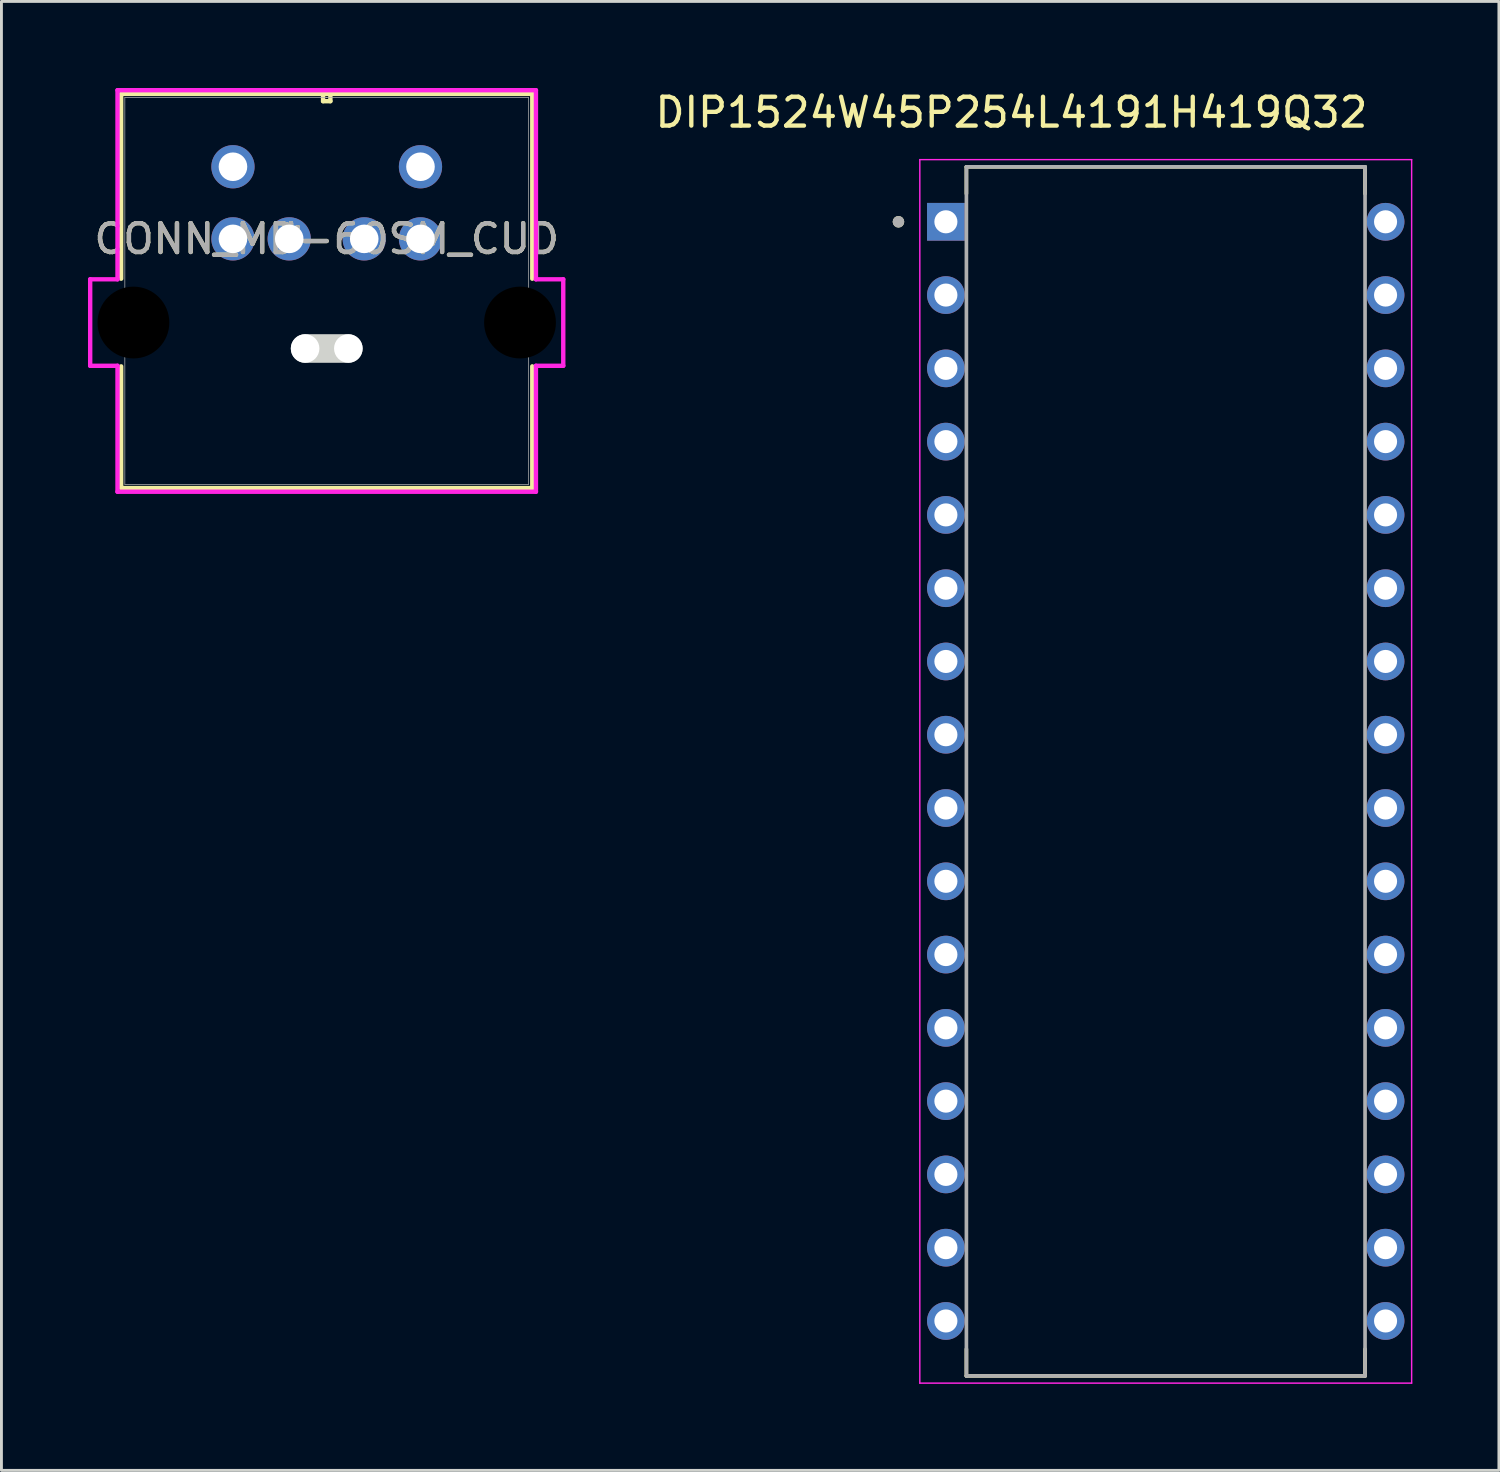
<source format=kicad_pcb>
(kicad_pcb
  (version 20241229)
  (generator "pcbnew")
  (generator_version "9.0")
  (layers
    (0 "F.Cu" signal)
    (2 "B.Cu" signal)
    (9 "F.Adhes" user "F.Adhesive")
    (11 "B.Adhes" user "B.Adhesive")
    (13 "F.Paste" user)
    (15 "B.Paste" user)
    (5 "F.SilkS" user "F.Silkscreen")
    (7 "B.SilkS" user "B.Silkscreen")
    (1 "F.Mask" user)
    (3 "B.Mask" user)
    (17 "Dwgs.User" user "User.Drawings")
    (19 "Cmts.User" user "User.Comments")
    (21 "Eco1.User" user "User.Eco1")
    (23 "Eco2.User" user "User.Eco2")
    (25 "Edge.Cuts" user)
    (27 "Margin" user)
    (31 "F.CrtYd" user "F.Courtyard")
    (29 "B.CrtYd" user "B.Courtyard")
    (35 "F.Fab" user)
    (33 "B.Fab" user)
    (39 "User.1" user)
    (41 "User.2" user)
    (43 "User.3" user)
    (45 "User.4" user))
  (footprint "CONN_MD-60SM_CUD"
    (layer "F.Cu")
    (at 9.575 5.23)
    (property "Reference" "CONN_MD-60SM_CUD" (at -1.3 0 0) (unlocked yes) (layer "F.SilkS") (effects (font (size 1 1) (thickness 0.15))))
    (attr through_hole)
    (fp_line (start -8.425 -5.027) (end -8.425 1.381) (stroke (width 0.152) (type solid)) (layer "F.SilkS"))
    (fp_line (start -8.425 4.419) (end -8.425 8.638) (stroke (width 0.152) (type solid)) (layer "F.SilkS"))
    (fp_line (start -8.425 8.638) (end 5.825 8.638) (stroke (width 0.152) (type solid)) (layer "F.SilkS"))
    (fp_line (start -1.427 -5.027) (end -1.427 -4.773) (stroke (width 0.152) (type solid)) (layer "F.SilkS"))
    (fp_line (start -1.427 -4.773) (end -1.173 -4.773) (stroke (width 0.152) (type solid)) (layer "F.SilkS"))
    (fp_line (start -1.173 -5.027) (end -1.427 -5.027) (stroke (width 0.152) (type solid)) (layer "F.SilkS"))
    (fp_line (start -1.173 -4.773) (end -1.173 -5.027) (stroke (width 0.152) (type solid)) (layer "F.SilkS"))
    (fp_line (start 5.825 -5.027) (end -8.425 -5.027) (stroke (width 0.152) (type solid)) (layer "F.SilkS"))
    (fp_line (start 5.825 1.381) (end 5.825 -5.027) (stroke (width 0.152) (type solid)) (layer "F.SilkS"))
    (fp_line (start 5.825 8.638) (end 5.825 4.419) (stroke (width 0.152) (type solid)) (layer "F.SilkS"))
    (fp_line (start -2.049 3.8) (end -0.551 3.8) (stroke (width 0.991) (type solid)) (layer "Edge.Cuts"))
    (fp_line (start -9.499 1.401) (end -9.499 4.399) (stroke (width 0.152) (type solid)) (layer "F.CrtYd"))
    (fp_line (start -9.499 4.399) (end -8.552 4.399) (stroke (width 0.152) (type solid)) (layer "F.CrtYd"))
    (fp_line (start -8.552 -5.154) (end -8.552 1.401) (stroke (width 0.152) (type solid)) (layer "F.CrtYd"))
    (fp_line (start -8.552 1.401) (end -9.499 1.401) (stroke (width 0.152) (type solid)) (layer "F.CrtYd"))
    (fp_line (start -8.552 4.399) (end -8.552 8.765) (stroke (width 0.152) (type solid)) (layer "F.CrtYd"))
    (fp_line (start -8.552 8.765) (end 5.952 8.765) (stroke (width 0.152) (type solid)) (layer "F.CrtYd"))
    (fp_line (start 5.952 -5.154) (end -8.552 -5.154) (stroke (width 0.152) (type solid)) (layer "F.CrtYd"))
    (fp_line (start 5.952 1.401) (end 5.952 -5.154) (stroke (width 0.152) (type solid)) (layer "F.CrtYd"))
    (fp_line (start 5.952 4.399) (end 6.899 4.399) (stroke (width 0.152) (type solid)) (layer "F.CrtYd"))
    (fp_line (start 5.952 8.765) (end 5.952 4.399) (stroke (width 0.152) (type solid)) (layer "F.CrtYd"))
    (fp_line (start 6.899 1.401) (end 5.952 1.401) (stroke (width 0.152) (type solid)) (layer "F.CrtYd"))
    (fp_line (start 6.899 4.399) (end 6.899 1.401) (stroke (width 0.152) (type solid)) (layer "F.CrtYd"))
    (fp_line (start -8.298 -4.9) (end -8.298 8.511) (stroke (width 0.025) (type solid)) (layer "F.Fab"))
    (fp_line (start -8.298 8.511) (end 5.698 8.511) (stroke (width 0.025) (type solid)) (layer "F.Fab"))
    (fp_line (start -1.3 -4.9) (end -1.3 -4.9) (stroke (width 0.025) (type solid)) (layer "F.Fab"))
    (fp_line (start -1.3 -4.9) (end -1.3 -4.9) (stroke (width 0.025) (type solid)) (layer "F.Fab"))
    (fp_line (start -1.3 -4.9) (end -1.3 -4.9) (stroke (width 0.025) (type solid)) (layer "F.Fab"))
    (fp_line (start -1.3 -4.9) (end -1.3 -4.9) (stroke (width 0.025) (type solid)) (layer "F.Fab"))
    (fp_line (start 5.698 -4.9) (end -8.298 -4.9) (stroke (width 0.025) (type solid)) (layer "F.Fab"))
    (fp_line (start 5.698 8.511) (end 5.698 -4.9) (stroke (width 0.025) (type solid)) (layer "F.Fab"))
    (fp_text user "*" (at -2.54 0 0) (layer "F.SilkS") (effects (font (size 1 1) (thickness 0.15))))
    (fp_text user "*" (at -2.54 0 0) (unlocked yes) (layer "F.SilkS") (effects (font (size 1 1) (thickness 0.15))))
    (fp_text user "*" (at -2.54 0 0) (layer "F.Fab") (effects (font (size 1 1) (thickness 0.15))))
    (fp_text user "*" (at -2.54 0 0) (unlocked yes) (layer "F.Fab") (effects (font (size 1 1) (thickness 0.15))))
    (fp_text user "${REFERENCE}" (at -1.3 0 0) (unlocked yes) (layer "F.Fab") (effects (font (size 1 1) (thickness 0.15))))
    (pad "" np_thru_hole circle (at -8 2.9) (size 2.489 2.489) (drill 2.489) (layers))
    (pad "" np_thru_hole circle (at -2.049 3.8) (size 0.991 0.991) (drill 0.991) (layers "*.Cu" "*.Mask"))
    (pad "" np_thru_hole circle (at -0.551 3.8) (size 0.991 0.991) (drill 0.991) (layers "*.Cu" "*.Mask"))
    (pad "" np_thru_hole circle (at 5.4 2.9) (size 2.489 2.489) (drill 2.489) (layers))
    (pad "1" thru_hole circle (at 0 0) (size 1.499 1.499) (drill 0.991) (layers "*.Cu" "*.Mask"))
    (pad "2" thru_hole circle (at -2.6 0) (size 1.499 1.499) (drill 0.991) (layers "*.Cu" "*.Mask"))
    (pad "3" thru_hole circle (at -4.55 0) (size 1.499 1.499) (drill 0.991) (layers "*.Cu" "*.Mask"))
    (pad "5" thru_hole circle (at 1.95 0) (size 1.499 1.499) (drill 0.991) (layers "*.Cu" "*.Mask"))
    (pad "6" thru_hole circle (at 1.95 -2.5) (size 1.499 1.499) (drill 0.991) (layers "*.Cu" "*.Mask"))
    (pad "8" thru_hole circle (at -4.55 -2.5) (size 1.499 1.499) (drill 0.991) (layers "*.Cu" "*.Mask")))
  (footprint "DIP1524W45P254L4191H419Q32"
    (layer "F.Cu")
    (at 37.357 23.688)
    (property "Reference" "DIP1524W45P254L4191H419Q32" (at -5.349 -22.84 0) (layer "F.SilkS") (effects (font (size 1 1) (thickness 0.15))))
    (attr through_hole)
    (fp_line (start -6.909 -20.955) (end 6.909 -20.955) (stroke (width 0.127) (type solid)) (layer "F.SilkS"))
    (fp_line (start -6.909 -20.024) (end -6.909 -20.955) (stroke (width 0.127) (type solid)) (layer "F.SilkS"))
    (fp_line (start -6.909 20.955) (end -6.909 20.024) (stroke (width 0.127) (type solid)) (layer "F.SilkS"))
    (fp_line (start 6.909 -20.955) (end 6.909 -20.024) (stroke (width 0.127) (type solid)) (layer "F.SilkS"))
    (fp_line (start 6.909 20.955) (end -6.909 20.955) (stroke (width 0.127) (type solid)) (layer "F.SilkS"))
    (fp_line (start 6.909 20.955) (end 6.909 20.024) (stroke (width 0.127) (type solid)) (layer "F.SilkS"))
    (fp_circle (center -9.264 -19.05) (end -9.164 -19.05) (stroke (width 0.2) (type solid)) (fill no) (layer "F.SilkS"))
    (fp_line (start -8.524 -21.205) (end -8.524 21.205) (stroke (width 0.05) (type solid)) (layer "F.CrtYd"))
    (fp_line (start -8.524 21.205) (end 8.524 21.205) (stroke (width 0.05) (type solid)) (layer "F.CrtYd"))
    (fp_line (start 8.524 -21.205) (end -8.524 -21.205) (stroke (width 0.05) (type solid)) (layer "F.CrtYd"))
    (fp_line (start 8.524 21.205) (end 8.524 -21.205) (stroke (width 0.05) (type solid)) (layer "F.CrtYd"))
    (fp_line (start -6.909 -20.955) (end 6.909 -20.955) (stroke (width 0.127) (type solid)) (layer "F.Fab"))
    (fp_line (start -6.909 20.955) (end -6.909 -20.955) (stroke (width 0.127) (type solid)) (layer "F.Fab"))
    (fp_line (start 6.909 -20.955) (end 6.909 20.955) (stroke (width 0.127) (type solid)) (layer "F.Fab"))
    (fp_line (start 6.909 20.955) (end -6.909 20.955) (stroke (width 0.127) (type solid)) (layer "F.Fab"))
    (fp_circle (center -9.264 -19.05) (end -9.164 -19.05) (stroke (width 0.2) (type solid)) (fill no) (layer "F.Fab"))
    (pad "1" thru_hole rect (at -7.62 -19.05) (size 1.308 1.308) (drill 0.8) (layers "*.Cu" "*.Mask"))
    (pad "2" thru_hole circle (at -7.62 -16.51) (size 1.308 1.308) (drill 0.8) (layers "*.Cu" "*.Mask"))
    (pad "3" thru_hole circle (at -7.62 -13.97) (size 1.308 1.308) (drill 0.8) (layers "*.Cu" "*.Mask"))
    (pad "4" thru_hole circle (at -7.62 -11.43) (size 1.308 1.308) (drill 0.8) (layers "*.Cu" "*.Mask"))
    (pad "5" thru_hole circle (at -7.62 -8.89) (size 1.308 1.308) (drill 0.8) (layers "*.Cu" "*.Mask"))
    (pad "6" thru_hole circle (at -7.62 -6.35) (size 1.308 1.308) (drill 0.8) (layers "*.Cu" "*.Mask"))
    (pad "7" thru_hole circle (at -7.62 -3.81) (size 1.308 1.308) (drill 0.8) (layers "*.Cu" "*.Mask"))
    (pad "8" thru_hole circle (at -7.62 -1.27) (size 1.308 1.308) (drill 0.8) (layers "*.Cu" "*.Mask"))
    (pad "9" thru_hole circle (at -7.62 1.27) (size 1.308 1.308) (drill 0.8) (layers "*.Cu" "*.Mask"))
    (pad "10" thru_hole circle (at -7.62 3.81) (size 1.308 1.308) (drill 0.8) (layers "*.Cu" "*.Mask"))
    (pad "11" thru_hole circle (at -7.62 6.35) (size 1.308 1.308) (drill 0.8) (layers "*.Cu" "*.Mask"))
    (pad "12" thru_hole circle (at -7.62 8.89) (size 1.308 1.308) (drill 0.8) (layers "*.Cu" "*.Mask"))
    (pad "13" thru_hole circle (at -7.62 11.43) (size 1.308 1.308) (drill 0.8) (layers "*.Cu" "*.Mask"))
    (pad "14" thru_hole circle (at -7.62 13.97) (size 1.308 1.308) (drill 0.8) (layers "*.Cu" "*.Mask"))
    (pad "15" thru_hole circle (at -7.62 16.51) (size 1.308 1.308) (drill 0.8) (layers "*.Cu" "*.Mask"))
    (pad "16" thru_hole circle (at -7.62 19.05) (size 1.308 1.308) (drill 0.8) (layers "*.Cu" "*.Mask"))
    (pad "17" thru_hole circle (at 7.62 19.05) (size 1.308 1.308) (drill 0.8) (layers "*.Cu" "*.Mask"))
    (pad "18" thru_hole circle (at 7.62 16.51) (size 1.308 1.308) (drill 0.8) (layers "*.Cu" "*.Mask"))
    (pad "19" thru_hole circle (at 7.62 13.97) (size 1.308 1.308) (drill 0.8) (layers "*.Cu" "*.Mask"))
    (pad "20" thru_hole circle (at 7.62 11.43) (size 1.308 1.308) (drill 0.8) (layers "*.Cu" "*.Mask"))
    (pad "21" thru_hole circle (at 7.62 8.89) (size 1.308 1.308) (drill 0.8) (layers "*.Cu" "*.Mask"))
    (pad "22" thru_hole circle (at 7.62 6.35) (size 1.308 1.308) (drill 0.8) (layers "*.Cu" "*.Mask"))
    (pad "23" thru_hole circle (at 7.62 3.81) (size 1.308 1.308) (drill 0.8) (layers "*.Cu" "*.Mask"))
    (pad "24" thru_hole circle (at 7.62 1.27) (size 1.308 1.308) (drill 0.8) (layers "*.Cu" "*.Mask"))
    (pad "25" thru_hole circle (at 7.62 -1.27) (size 1.308 1.308) (drill 0.8) (layers "*.Cu" "*.Mask"))
    (pad "26" thru_hole circle (at 7.62 -3.81) (size 1.308 1.308) (drill 0.8) (layers "*.Cu" "*.Mask"))
    (pad "27" thru_hole circle (at 7.62 -6.35) (size 1.308 1.308) (drill 0.8) (layers "*.Cu" "*.Mask"))
    (pad "28" thru_hole circle (at 7.62 -8.89) (size 1.308 1.308) (drill 0.8) (layers "*.Cu" "*.Mask"))
    (pad "29" thru_hole circle (at 7.62 -11.43) (size 1.308 1.308) (drill 0.8) (layers "*.Cu" "*.Mask"))
    (pad "30" thru_hole circle (at 7.62 -13.97) (size 1.308 1.308) (drill 0.8) (layers "*.Cu" "*.Mask"))
    (pad "31" thru_hole circle (at 7.62 -16.51) (size 1.308 1.308) (drill 0.8) (layers "*.Cu" "*.Mask"))
    (pad "32" thru_hole circle (at 7.62 -19.05) (size 1.308 1.308) (drill 0.8) (layers "*.Cu" "*.Mask")))
  (gr_rect
    (start -3 -3)
    (end 48.906 47.918)
    (stroke (width 0.1) (type default))
    (fill no)
    (layer "Edge.Cuts")))
</source>
